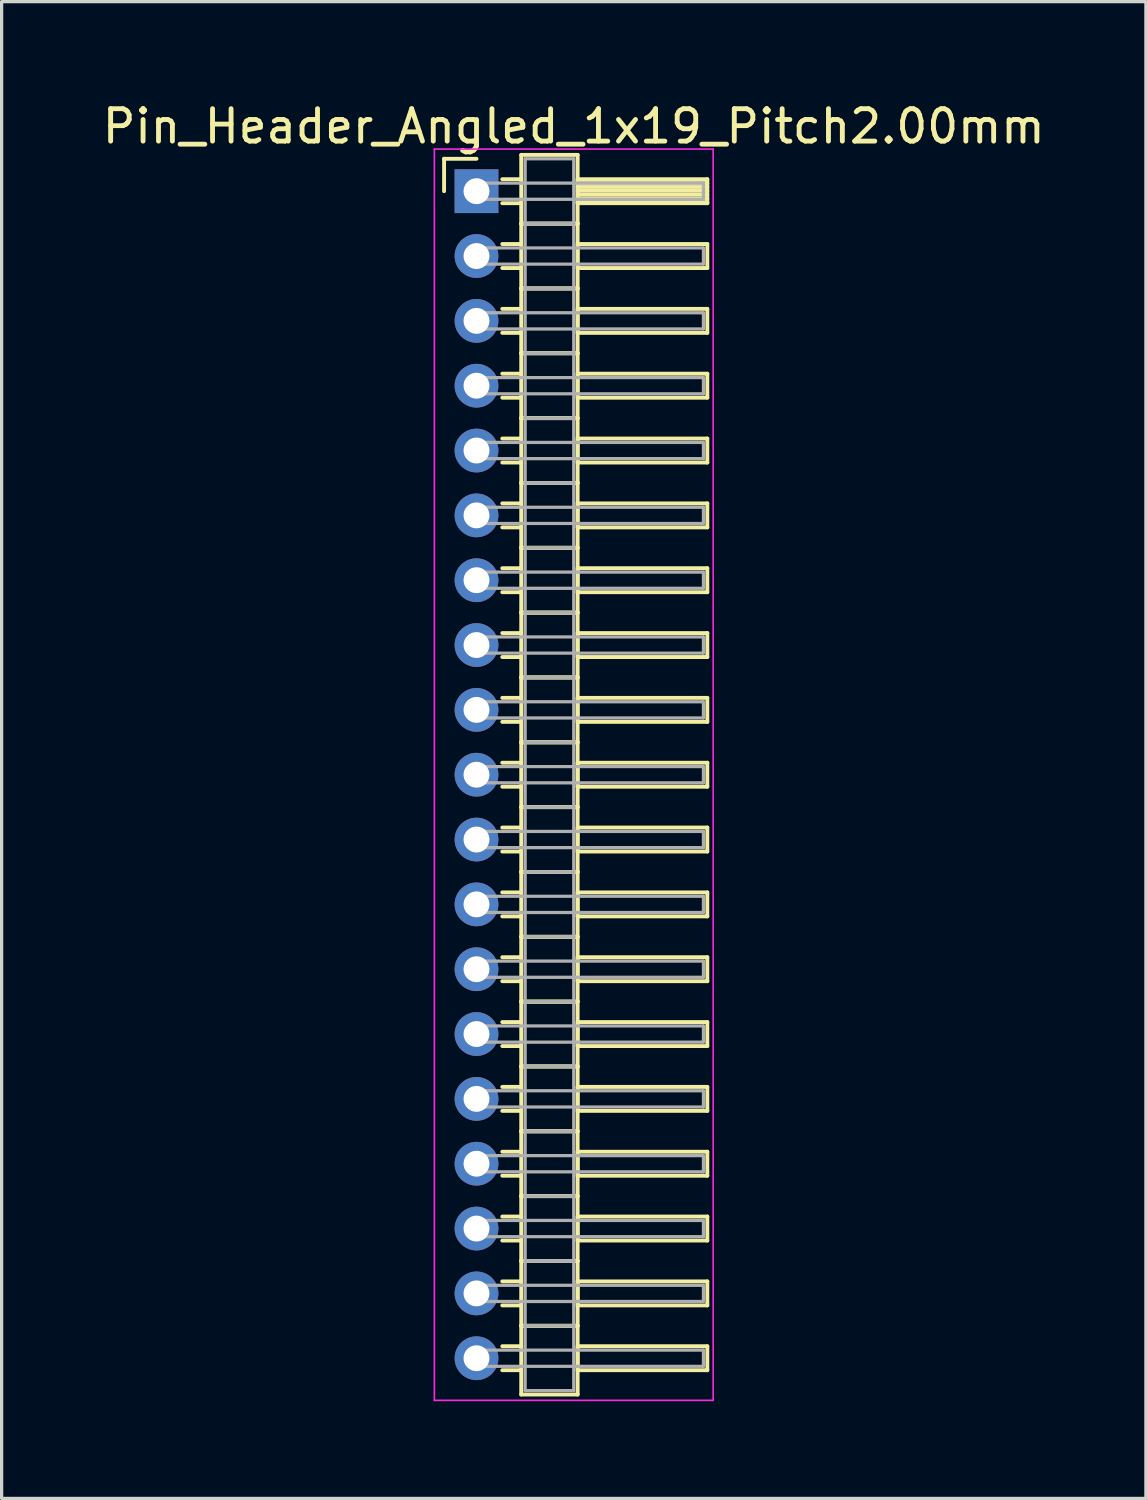
<source format=kicad_pcb>
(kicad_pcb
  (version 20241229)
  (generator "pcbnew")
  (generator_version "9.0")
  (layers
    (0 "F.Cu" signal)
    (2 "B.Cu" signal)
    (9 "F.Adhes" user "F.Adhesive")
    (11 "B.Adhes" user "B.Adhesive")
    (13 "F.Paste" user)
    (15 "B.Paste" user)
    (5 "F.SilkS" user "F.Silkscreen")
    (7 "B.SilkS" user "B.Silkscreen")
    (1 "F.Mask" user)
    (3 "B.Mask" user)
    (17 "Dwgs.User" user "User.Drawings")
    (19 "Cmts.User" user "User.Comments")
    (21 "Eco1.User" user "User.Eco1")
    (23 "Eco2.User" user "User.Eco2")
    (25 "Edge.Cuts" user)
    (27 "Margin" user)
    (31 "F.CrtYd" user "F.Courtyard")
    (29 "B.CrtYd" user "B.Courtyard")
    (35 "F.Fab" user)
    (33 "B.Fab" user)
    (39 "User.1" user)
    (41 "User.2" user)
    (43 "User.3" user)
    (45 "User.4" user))
  (footprint "Pin_Header_Angled_1x19_Pitch2.00mm"
    (layer "F.Cu")
    (at 11.649 2.848)
    (property "Reference" "Pin_Header_Angled_1x19_Pitch2.00mm" (at 3 -2 0) (layer "F.SilkS") (effects (font (size 1 1) (thickness 0.15))))
    (attr through_hole)
    (fp_line (start -1 -1) (end 0 -1) (stroke (width 0.12) (type solid)) (layer "F.SilkS"))
    (fp_line (start -1 0) (end -1 -1) (stroke (width 0.12) (type solid)) (layer "F.SilkS"))
    (fp_line (start 0.795 -0.37) (end 1.38 -0.37) (stroke (width 0.12) (type solid)) (layer "F.SilkS"))
    (fp_line (start 0.795 0.37) (end 1.38 0.37) (stroke (width 0.12) (type solid)) (layer "F.SilkS"))
    (fp_line (start 0.795 1.63) (end 1.38 1.63) (stroke (width 0.12) (type solid)) (layer "F.SilkS"))
    (fp_line (start 0.795 2.37) (end 1.38 2.37) (stroke (width 0.12) (type solid)) (layer "F.SilkS"))
    (fp_line (start 0.795 3.63) (end 1.38 3.63) (stroke (width 0.12) (type solid)) (layer "F.SilkS"))
    (fp_line (start 0.795 4.37) (end 1.38 4.37) (stroke (width 0.12) (type solid)) (layer "F.SilkS"))
    (fp_line (start 0.795 5.63) (end 1.38 5.63) (stroke (width 0.12) (type solid)) (layer "F.SilkS"))
    (fp_line (start 0.795 6.37) (end 1.38 6.37) (stroke (width 0.12) (type solid)) (layer "F.SilkS"))
    (fp_line (start 0.795 7.63) (end 1.38 7.63) (stroke (width 0.12) (type solid)) (layer "F.SilkS"))
    (fp_line (start 0.795 8.37) (end 1.38 8.37) (stroke (width 0.12) (type solid)) (layer "F.SilkS"))
    (fp_line (start 0.795 9.63) (end 1.38 9.63) (stroke (width 0.12) (type solid)) (layer "F.SilkS"))
    (fp_line (start 0.795 10.37) (end 1.38 10.37) (stroke (width 0.12) (type solid)) (layer "F.SilkS"))
    (fp_line (start 0.795 11.63) (end 1.38 11.63) (stroke (width 0.12) (type solid)) (layer "F.SilkS"))
    (fp_line (start 0.795 12.37) (end 1.38 12.37) (stroke (width 0.12) (type solid)) (layer "F.SilkS"))
    (fp_line (start 0.795 13.63) (end 1.38 13.63) (stroke (width 0.12) (type solid)) (layer "F.SilkS"))
    (fp_line (start 0.795 14.37) (end 1.38 14.37) (stroke (width 0.12) (type solid)) (layer "F.SilkS"))
    (fp_line (start 0.795 15.63) (end 1.38 15.63) (stroke (width 0.12) (type solid)) (layer "F.SilkS"))
    (fp_line (start 0.795 16.37) (end 1.38 16.37) (stroke (width 0.12) (type solid)) (layer "F.SilkS"))
    (fp_line (start 0.795 17.63) (end 1.38 17.63) (stroke (width 0.12) (type solid)) (layer "F.SilkS"))
    (fp_line (start 0.795 18.37) (end 1.38 18.37) (stroke (width 0.12) (type solid)) (layer "F.SilkS"))
    (fp_line (start 0.795 19.63) (end 1.38 19.63) (stroke (width 0.12) (type solid)) (layer "F.SilkS"))
    (fp_line (start 0.795 20.37) (end 1.38 20.37) (stroke (width 0.12) (type solid)) (layer "F.SilkS"))
    (fp_line (start 0.795 21.63) (end 1.38 21.63) (stroke (width 0.12) (type solid)) (layer "F.SilkS"))
    (fp_line (start 0.795 22.37) (end 1.38 22.37) (stroke (width 0.12) (type solid)) (layer "F.SilkS"))
    (fp_line (start 0.795 23.63) (end 1.38 23.63) (stroke (width 0.12) (type solid)) (layer "F.SilkS"))
    (fp_line (start 0.795 24.37) (end 1.38 24.37) (stroke (width 0.12) (type solid)) (layer "F.SilkS"))
    (fp_line (start 0.795 25.63) (end 1.38 25.63) (stroke (width 0.12) (type solid)) (layer "F.SilkS"))
    (fp_line (start 0.795 26.37) (end 1.38 26.37) (stroke (width 0.12) (type solid)) (layer "F.SilkS"))
    (fp_line (start 0.795 27.63) (end 1.38 27.63) (stroke (width 0.12) (type solid)) (layer "F.SilkS"))
    (fp_line (start 0.795 28.37) (end 1.38 28.37) (stroke (width 0.12) (type solid)) (layer "F.SilkS"))
    (fp_line (start 0.795 29.63) (end 1.38 29.63) (stroke (width 0.12) (type solid)) (layer "F.SilkS"))
    (fp_line (start 0.795 30.37) (end 1.38 30.37) (stroke (width 0.12) (type solid)) (layer "F.SilkS"))
    (fp_line (start 0.795 31.63) (end 1.38 31.63) (stroke (width 0.12) (type solid)) (layer "F.SilkS"))
    (fp_line (start 0.795 32.37) (end 1.38 32.37) (stroke (width 0.12) (type solid)) (layer "F.SilkS"))
    (fp_line (start 0.795 33.63) (end 1.38 33.63) (stroke (width 0.12) (type solid)) (layer "F.SilkS"))
    (fp_line (start 0.795 34.37) (end 1.38 34.37) (stroke (width 0.12) (type solid)) (layer "F.SilkS"))
    (fp_line (start 0.795 35.63) (end 1.38 35.63) (stroke (width 0.12) (type solid)) (layer "F.SilkS"))
    (fp_line (start 0.795 36.37) (end 1.38 36.37) (stroke (width 0.12) (type solid)) (layer "F.SilkS"))
    (fp_line (start 1.38 -1.12) (end 1.38 1) (stroke (width 0.12) (type solid)) (layer "F.SilkS"))
    (fp_line (start 1.38 1) (end 1.38 3) (stroke (width 0.12) (type solid)) (layer "F.SilkS"))
    (fp_line (start 1.38 1) (end 3.12 1) (stroke (width 0.12) (type solid)) (layer "F.SilkS"))
    (fp_line (start 1.38 3) (end 1.38 5) (stroke (width 0.12) (type solid)) (layer "F.SilkS"))
    (fp_line (start 1.38 3) (end 3.12 3) (stroke (width 0.12) (type solid)) (layer "F.SilkS"))
    (fp_line (start 1.38 5) (end 1.38 7) (stroke (width 0.12) (type solid)) (layer "F.SilkS"))
    (fp_line (start 1.38 5) (end 3.12 5) (stroke (width 0.12) (type solid)) (layer "F.SilkS"))
    (fp_line (start 1.38 7) (end 1.38 9) (stroke (width 0.12) (type solid)) (layer "F.SilkS"))
    (fp_line (start 1.38 7) (end 3.12 7) (stroke (width 0.12) (type solid)) (layer "F.SilkS"))
    (fp_line (start 1.38 9) (end 1.38 11) (stroke (width 0.12) (type solid)) (layer "F.SilkS"))
    (fp_line (start 1.38 9) (end 3.12 9) (stroke (width 0.12) (type solid)) (layer "F.SilkS"))
    (fp_line (start 1.38 11) (end 1.38 13) (stroke (width 0.12) (type solid)) (layer "F.SilkS"))
    (fp_line (start 1.38 11) (end 3.12 11) (stroke (width 0.12) (type solid)) (layer "F.SilkS"))
    (fp_line (start 1.38 13) (end 1.38 15) (stroke (width 0.12) (type solid)) (layer "F.SilkS"))
    (fp_line (start 1.38 13) (end 3.12 13) (stroke (width 0.12) (type solid)) (layer "F.SilkS"))
    (fp_line (start 1.38 15) (end 1.38 17) (stroke (width 0.12) (type solid)) (layer "F.SilkS"))
    (fp_line (start 1.38 15) (end 3.12 15) (stroke (width 0.12) (type solid)) (layer "F.SilkS"))
    (fp_line (start 1.38 17) (end 1.38 19) (stroke (width 0.12) (type solid)) (layer "F.SilkS"))
    (fp_line (start 1.38 17) (end 3.12 17) (stroke (width 0.12) (type solid)) (layer "F.SilkS"))
    (fp_line (start 1.38 19) (end 1.38 21) (stroke (width 0.12) (type solid)) (layer "F.SilkS"))
    (fp_line (start 1.38 19) (end 3.12 19) (stroke (width 0.12) (type solid)) (layer "F.SilkS"))
    (fp_line (start 1.38 21) (end 1.38 23) (stroke (width 0.12) (type solid)) (layer "F.SilkS"))
    (fp_line (start 1.38 21) (end 3.12 21) (stroke (width 0.12) (type solid)) (layer "F.SilkS"))
    (fp_line (start 1.38 23) (end 1.38 25) (stroke (width 0.12) (type solid)) (layer "F.SilkS"))
    (fp_line (start 1.38 23) (end 3.12 23) (stroke (width 0.12) (type solid)) (layer "F.SilkS"))
    (fp_line (start 1.38 25) (end 1.38 27) (stroke (width 0.12) (type solid)) (layer "F.SilkS"))
    (fp_line (start 1.38 25) (end 3.12 25) (stroke (width 0.12) (type solid)) (layer "F.SilkS"))
    (fp_line (start 1.38 27) (end 1.38 29) (stroke (width 0.12) (type solid)) (layer "F.SilkS"))
    (fp_line (start 1.38 27) (end 3.12 27) (stroke (width 0.12) (type solid)) (layer "F.SilkS"))
    (fp_line (start 1.38 29) (end 1.38 31) (stroke (width 0.12) (type solid)) (layer "F.SilkS"))
    (fp_line (start 1.38 29) (end 3.12 29) (stroke (width 0.12) (type solid)) (layer "F.SilkS"))
    (fp_line (start 1.38 31) (end 1.38 33) (stroke (width 0.12) (type solid)) (layer "F.SilkS"))
    (fp_line (start 1.38 31) (end 3.12 31) (stroke (width 0.12) (type solid)) (layer "F.SilkS"))
    (fp_line (start 1.38 33) (end 1.38 35) (stroke (width 0.12) (type solid)) (layer "F.SilkS"))
    (fp_line (start 1.38 33) (end 3.12 33) (stroke (width 0.12) (type solid)) (layer "F.SilkS"))
    (fp_line (start 1.38 35) (end 1.38 37.12) (stroke (width 0.12) (type solid)) (layer "F.SilkS"))
    (fp_line (start 1.38 35) (end 3.12 35) (stroke (width 0.12) (type solid)) (layer "F.SilkS"))
    (fp_line (start 1.38 37.12) (end 3.12 37.12) (stroke (width 0.12) (type solid)) (layer "F.SilkS"))
    (fp_line (start 3.12 -1.12) (end 1.38 -1.12) (stroke (width 0.12) (type solid)) (layer "F.SilkS"))
    (fp_line (start 3.12 -0.37) (end 3.12 0.37) (stroke (width 0.12) (type solid)) (layer "F.SilkS"))
    (fp_line (start 3.12 -0.25) (end 7.12 -0.25) (stroke (width 0.12) (type solid)) (layer "F.SilkS"))
    (fp_line (start 3.12 -0.13) (end 7.12 -0.13) (stroke (width 0.12) (type solid)) (layer "F.SilkS"))
    (fp_line (start 3.12 -0.01) (end 7.12 -0.01) (stroke (width 0.12) (type solid)) (layer "F.SilkS"))
    (fp_line (start 3.12 0.11) (end 7.12 0.11) (stroke (width 0.12) (type solid)) (layer "F.SilkS"))
    (fp_line (start 3.12 0.23) (end 7.12 0.23) (stroke (width 0.12) (type solid)) (layer "F.SilkS"))
    (fp_line (start 3.12 0.35) (end 7.12 0.35) (stroke (width 0.12) (type solid)) (layer "F.SilkS"))
    (fp_line (start 3.12 0.37) (end 7.12 0.37) (stroke (width 0.12) (type solid)) (layer "F.SilkS"))
    (fp_line (start 3.12 1) (end 1.38 1) (stroke (width 0.12) (type solid)) (layer "F.SilkS"))
    (fp_line (start 3.12 1) (end 3.12 -1.12) (stroke (width 0.12) (type solid)) (layer "F.SilkS"))
    (fp_line (start 3.12 1.63) (end 3.12 2.37) (stroke (width 0.12) (type solid)) (layer "F.SilkS"))
    (fp_line (start 3.12 2.37) (end 7.12 2.37) (stroke (width 0.12) (type solid)) (layer "F.SilkS"))
    (fp_line (start 3.12 3) (end 1.38 3) (stroke (width 0.12) (type solid)) (layer "F.SilkS"))
    (fp_line (start 3.12 3) (end 3.12 1) (stroke (width 0.12) (type solid)) (layer "F.SilkS"))
    (fp_line (start 3.12 3.63) (end 3.12 4.37) (stroke (width 0.12) (type solid)) (layer "F.SilkS"))
    (fp_line (start 3.12 4.37) (end 7.12 4.37) (stroke (width 0.12) (type solid)) (layer "F.SilkS"))
    (fp_line (start 3.12 5) (end 1.38 5) (stroke (width 0.12) (type solid)) (layer "F.SilkS"))
    (fp_line (start 3.12 5) (end 3.12 3) (stroke (width 0.12) (type solid)) (layer "F.SilkS"))
    (fp_line (start 3.12 5.63) (end 3.12 6.37) (stroke (width 0.12) (type solid)) (layer "F.SilkS"))
    (fp_line (start 3.12 6.37) (end 7.12 6.37) (stroke (width 0.12) (type solid)) (layer "F.SilkS"))
    (fp_line (start 3.12 7) (end 1.38 7) (stroke (width 0.12) (type solid)) (layer "F.SilkS"))
    (fp_line (start 3.12 7) (end 3.12 5) (stroke (width 0.12) (type solid)) (layer "F.SilkS"))
    (fp_line (start 3.12 7.63) (end 3.12 8.37) (stroke (width 0.12) (type solid)) (layer "F.SilkS"))
    (fp_line (start 3.12 8.37) (end 7.12 8.37) (stroke (width 0.12) (type solid)) (layer "F.SilkS"))
    (fp_line (start 3.12 9) (end 1.38 9) (stroke (width 0.12) (type solid)) (layer "F.SilkS"))
    (fp_line (start 3.12 9) (end 3.12 7) (stroke (width 0.12) (type solid)) (layer "F.SilkS"))
    (fp_line (start 3.12 9.63) (end 3.12 10.37) (stroke (width 0.12) (type solid)) (layer "F.SilkS"))
    (fp_line (start 3.12 10.37) (end 7.12 10.37) (stroke (width 0.12) (type solid)) (layer "F.SilkS"))
    (fp_line (start 3.12 11) (end 1.38 11) (stroke (width 0.12) (type solid)) (layer "F.SilkS"))
    (fp_line (start 3.12 11) (end 3.12 9) (stroke (width 0.12) (type solid)) (layer "F.SilkS"))
    (fp_line (start 3.12 11.63) (end 3.12 12.37) (stroke (width 0.12) (type solid)) (layer "F.SilkS"))
    (fp_line (start 3.12 12.37) (end 7.12 12.37) (stroke (width 0.12) (type solid)) (layer "F.SilkS"))
    (fp_line (start 3.12 13) (end 1.38 13) (stroke (width 0.12) (type solid)) (layer "F.SilkS"))
    (fp_line (start 3.12 13) (end 3.12 11) (stroke (width 0.12) (type solid)) (layer "F.SilkS"))
    (fp_line (start 3.12 13.63) (end 3.12 14.37) (stroke (width 0.12) (type solid)) (layer "F.SilkS"))
    (fp_line (start 3.12 14.37) (end 7.12 14.37) (stroke (width 0.12) (type solid)) (layer "F.SilkS"))
    (fp_line (start 3.12 15) (end 1.38 15) (stroke (width 0.12) (type solid)) (layer "F.SilkS"))
    (fp_line (start 3.12 15) (end 3.12 13) (stroke (width 0.12) (type solid)) (layer "F.SilkS"))
    (fp_line (start 3.12 15.63) (end 3.12 16.37) (stroke (width 0.12) (type solid)) (layer "F.SilkS"))
    (fp_line (start 3.12 16.37) (end 7.12 16.37) (stroke (width 0.12) (type solid)) (layer "F.SilkS"))
    (fp_line (start 3.12 17) (end 1.38 17) (stroke (width 0.12) (type solid)) (layer "F.SilkS"))
    (fp_line (start 3.12 17) (end 3.12 15) (stroke (width 0.12) (type solid)) (layer "F.SilkS"))
    (fp_line (start 3.12 17.63) (end 3.12 18.37) (stroke (width 0.12) (type solid)) (layer "F.SilkS"))
    (fp_line (start 3.12 18.37) (end 7.12 18.37) (stroke (width 0.12) (type solid)) (layer "F.SilkS"))
    (fp_line (start 3.12 19) (end 1.38 19) (stroke (width 0.12) (type solid)) (layer "F.SilkS"))
    (fp_line (start 3.12 19) (end 3.12 17) (stroke (width 0.12) (type solid)) (layer "F.SilkS"))
    (fp_line (start 3.12 19.63) (end 3.12 20.37) (stroke (width 0.12) (type solid)) (layer "F.SilkS"))
    (fp_line (start 3.12 20.37) (end 7.12 20.37) (stroke (width 0.12) (type solid)) (layer "F.SilkS"))
    (fp_line (start 3.12 21) (end 1.38 21) (stroke (width 0.12) (type solid)) (layer "F.SilkS"))
    (fp_line (start 3.12 21) (end 3.12 19) (stroke (width 0.12) (type solid)) (layer "F.SilkS"))
    (fp_line (start 3.12 21.63) (end 3.12 22.37) (stroke (width 0.12) (type solid)) (layer "F.SilkS"))
    (fp_line (start 3.12 22.37) (end 7.12 22.37) (stroke (width 0.12) (type solid)) (layer "F.SilkS"))
    (fp_line (start 3.12 23) (end 1.38 23) (stroke (width 0.12) (type solid)) (layer "F.SilkS"))
    (fp_line (start 3.12 23) (end 3.12 21) (stroke (width 0.12) (type solid)) (layer "F.SilkS"))
    (fp_line (start 3.12 23.63) (end 3.12 24.37) (stroke (width 0.12) (type solid)) (layer "F.SilkS"))
    (fp_line (start 3.12 24.37) (end 7.12 24.37) (stroke (width 0.12) (type solid)) (layer "F.SilkS"))
    (fp_line (start 3.12 25) (end 1.38 25) (stroke (width 0.12) (type solid)) (layer "F.SilkS"))
    (fp_line (start 3.12 25) (end 3.12 23) (stroke (width 0.12) (type solid)) (layer "F.SilkS"))
    (fp_line (start 3.12 25.63) (end 3.12 26.37) (stroke (width 0.12) (type solid)) (layer "F.SilkS"))
    (fp_line (start 3.12 26.37) (end 7.12 26.37) (stroke (width 0.12) (type solid)) (layer "F.SilkS"))
    (fp_line (start 3.12 27) (end 1.38 27) (stroke (width 0.12) (type solid)) (layer "F.SilkS"))
    (fp_line (start 3.12 27) (end 3.12 25) (stroke (width 0.12) (type solid)) (layer "F.SilkS"))
    (fp_line (start 3.12 27.63) (end 3.12 28.37) (stroke (width 0.12) (type solid)) (layer "F.SilkS"))
    (fp_line (start 3.12 28.37) (end 7.12 28.37) (stroke (width 0.12) (type solid)) (layer "F.SilkS"))
    (fp_line (start 3.12 29) (end 1.38 29) (stroke (width 0.12) (type solid)) (layer "F.SilkS"))
    (fp_line (start 3.12 29) (end 3.12 27) (stroke (width 0.12) (type solid)) (layer "F.SilkS"))
    (fp_line (start 3.12 29.63) (end 3.12 30.37) (stroke (width 0.12) (type solid)) (layer "F.SilkS"))
    (fp_line (start 3.12 30.37) (end 7.12 30.37) (stroke (width 0.12) (type solid)) (layer "F.SilkS"))
    (fp_line (start 3.12 31) (end 1.38 31) (stroke (width 0.12) (type solid)) (layer "F.SilkS"))
    (fp_line (start 3.12 31) (end 3.12 29) (stroke (width 0.12) (type solid)) (layer "F.SilkS"))
    (fp_line (start 3.12 31.63) (end 3.12 32.37) (stroke (width 0.12) (type solid)) (layer "F.SilkS"))
    (fp_line (start 3.12 32.37) (end 7.12 32.37) (stroke (width 0.12) (type solid)) (layer "F.SilkS"))
    (fp_line (start 3.12 33) (end 1.38 33) (stroke (width 0.12) (type solid)) (layer "F.SilkS"))
    (fp_line (start 3.12 33) (end 3.12 31) (stroke (width 0.12) (type solid)) (layer "F.SilkS"))
    (fp_line (start 3.12 33.63) (end 3.12 34.37) (stroke (width 0.12) (type solid)) (layer "F.SilkS"))
    (fp_line (start 3.12 34.37) (end 7.12 34.37) (stroke (width 0.12) (type solid)) (layer "F.SilkS"))
    (fp_line (start 3.12 35) (end 1.38 35) (stroke (width 0.12) (type solid)) (layer "F.SilkS"))
    (fp_line (start 3.12 35) (end 3.12 33) (stroke (width 0.12) (type solid)) (layer "F.SilkS"))
    (fp_line (start 3.12 35.63) (end 3.12 36.37) (stroke (width 0.12) (type solid)) (layer "F.SilkS"))
    (fp_line (start 3.12 36.37) (end 7.12 36.37) (stroke (width 0.12) (type solid)) (layer "F.SilkS"))
    (fp_line (start 3.12 37.12) (end 3.12 35) (stroke (width 0.12) (type solid)) (layer "F.SilkS"))
    (fp_line (start 7.12 -0.37) (end 3.12 -0.37) (stroke (width 0.12) (type solid)) (layer "F.SilkS"))
    (fp_line (start 7.12 0.37) (end 7.12 -0.37) (stroke (width 0.12) (type solid)) (layer "F.SilkS"))
    (fp_line (start 7.12 1.63) (end 3.12 1.63) (stroke (width 0.12) (type solid)) (layer "F.SilkS"))
    (fp_line (start 7.12 2.37) (end 7.12 1.63) (stroke (width 0.12) (type solid)) (layer "F.SilkS"))
    (fp_line (start 7.12 3.63) (end 3.12 3.63) (stroke (width 0.12) (type solid)) (layer "F.SilkS"))
    (fp_line (start 7.12 4.37) (end 7.12 3.63) (stroke (width 0.12) (type solid)) (layer "F.SilkS"))
    (fp_line (start 7.12 5.63) (end 3.12 5.63) (stroke (width 0.12) (type solid)) (layer "F.SilkS"))
    (fp_line (start 7.12 6.37) (end 7.12 5.63) (stroke (width 0.12) (type solid)) (layer "F.SilkS"))
    (fp_line (start 7.12 7.63) (end 3.12 7.63) (stroke (width 0.12) (type solid)) (layer "F.SilkS"))
    (fp_line (start 7.12 8.37) (end 7.12 7.63) (stroke (width 0.12) (type solid)) (layer "F.SilkS"))
    (fp_line (start 7.12 9.63) (end 3.12 9.63) (stroke (width 0.12) (type solid)) (layer "F.SilkS"))
    (fp_line (start 7.12 10.37) (end 7.12 9.63) (stroke (width 0.12) (type solid)) (layer "F.SilkS"))
    (fp_line (start 7.12 11.63) (end 3.12 11.63) (stroke (width 0.12) (type solid)) (layer "F.SilkS"))
    (fp_line (start 7.12 12.37) (end 7.12 11.63) (stroke (width 0.12) (type solid)) (layer "F.SilkS"))
    (fp_line (start 7.12 13.63) (end 3.12 13.63) (stroke (width 0.12) (type solid)) (layer "F.SilkS"))
    (fp_line (start 7.12 14.37) (end 7.12 13.63) (stroke (width 0.12) (type solid)) (layer "F.SilkS"))
    (fp_line (start 7.12 15.63) (end 3.12 15.63) (stroke (width 0.12) (type solid)) (layer "F.SilkS"))
    (fp_line (start 7.12 16.37) (end 7.12 15.63) (stroke (width 0.12) (type solid)) (layer "F.SilkS"))
    (fp_line (start 7.12 17.63) (end 3.12 17.63) (stroke (width 0.12) (type solid)) (layer "F.SilkS"))
    (fp_line (start 7.12 18.37) (end 7.12 17.63) (stroke (width 0.12) (type solid)) (layer "F.SilkS"))
    (fp_line (start 7.12 19.63) (end 3.12 19.63) (stroke (width 0.12) (type solid)) (layer "F.SilkS"))
    (fp_line (start 7.12 20.37) (end 7.12 19.63) (stroke (width 0.12) (type solid)) (layer "F.SilkS"))
    (fp_line (start 7.12 21.63) (end 3.12 21.63) (stroke (width 0.12) (type solid)) (layer "F.SilkS"))
    (fp_line (start 7.12 22.37) (end 7.12 21.63) (stroke (width 0.12) (type solid)) (layer "F.SilkS"))
    (fp_line (start 7.12 23.63) (end 3.12 23.63) (stroke (width 0.12) (type solid)) (layer "F.SilkS"))
    (fp_line (start 7.12 24.37) (end 7.12 23.63) (stroke (width 0.12) (type solid)) (layer "F.SilkS"))
    (fp_line (start 7.12 25.63) (end 3.12 25.63) (stroke (width 0.12) (type solid)) (layer "F.SilkS"))
    (fp_line (start 7.12 26.37) (end 7.12 25.63) (stroke (width 0.12) (type solid)) (layer "F.SilkS"))
    (fp_line (start 7.12 27.63) (end 3.12 27.63) (stroke (width 0.12) (type solid)) (layer "F.SilkS"))
    (fp_line (start 7.12 28.37) (end 7.12 27.63) (stroke (width 0.12) (type solid)) (layer "F.SilkS"))
    (fp_line (start 7.12 29.63) (end 3.12 29.63) (stroke (width 0.12) (type solid)) (layer "F.SilkS"))
    (fp_line (start 7.12 30.37) (end 7.12 29.63) (stroke (width 0.12) (type solid)) (layer "F.SilkS"))
    (fp_line (start 7.12 31.63) (end 3.12 31.63) (stroke (width 0.12) (type solid)) (layer "F.SilkS"))
    (fp_line (start 7.12 32.37) (end 7.12 31.63) (stroke (width 0.12) (type solid)) (layer "F.SilkS"))
    (fp_line (start 7.12 33.63) (end 3.12 33.63) (stroke (width 0.12) (type solid)) (layer "F.SilkS"))
    (fp_line (start 7.12 34.37) (end 7.12 33.63) (stroke (width 0.12) (type solid)) (layer "F.SilkS"))
    (fp_line (start 7.12 35.63) (end 3.12 35.63) (stroke (width 0.12) (type solid)) (layer "F.SilkS"))
    (fp_line (start 7.12 36.37) (end 7.12 35.63) (stroke (width 0.12) (type solid)) (layer "F.SilkS"))
    (fp_line (start -1.3 -1.3) (end -1.3 37.3) (stroke (width 0.05) (type solid)) (layer "F.CrtYd"))
    (fp_line (start -1.3 37.3) (end 7.3 37.3) (stroke (width 0.05) (type solid)) (layer "F.CrtYd"))
    (fp_line (start 7.3 -1.3) (end -1.3 -1.3) (stroke (width 0.05) (type solid)) (layer "F.CrtYd"))
    (fp_line (start 7.3 37.3) (end 7.3 -1.3) (stroke (width 0.05) (type solid)) (layer "F.CrtYd"))
    (fp_line (start 0 -0.25) (end 0 0.25) (stroke (width 0.1) (type solid)) (layer "F.Fab"))
    (fp_line (start 0 0.25) (end 7 0.25) (stroke (width 0.1) (type solid)) (layer "F.Fab"))
    (fp_line (start 0 1.75) (end 0 2.25) (stroke (width 0.1) (type solid)) (layer "F.Fab"))
    (fp_line (start 0 2.25) (end 7 2.25) (stroke (width 0.1) (type solid)) (layer "F.Fab"))
    (fp_line (start 0 3.75) (end 0 4.25) (stroke (width 0.1) (type solid)) (layer "F.Fab"))
    (fp_line (start 0 4.25) (end 7 4.25) (stroke (width 0.1) (type solid)) (layer "F.Fab"))
    (fp_line (start 0 5.75) (end 0 6.25) (stroke (width 0.1) (type solid)) (layer "F.Fab"))
    (fp_line (start 0 6.25) (end 7 6.25) (stroke (width 0.1) (type solid)) (layer "F.Fab"))
    (fp_line (start 0 7.75) (end 0 8.25) (stroke (width 0.1) (type solid)) (layer "F.Fab"))
    (fp_line (start 0 8.25) (end 7 8.25) (stroke (width 0.1) (type solid)) (layer "F.Fab"))
    (fp_line (start 0 9.75) (end 0 10.25) (stroke (width 0.1) (type solid)) (layer "F.Fab"))
    (fp_line (start 0 10.25) (end 7 10.25) (stroke (width 0.1) (type solid)) (layer "F.Fab"))
    (fp_line (start 0 11.75) (end 0 12.25) (stroke (width 0.1) (type solid)) (layer "F.Fab"))
    (fp_line (start 0 12.25) (end 7 12.25) (stroke (width 0.1) (type solid)) (layer "F.Fab"))
    (fp_line (start 0 13.75) (end 0 14.25) (stroke (width 0.1) (type solid)) (layer "F.Fab"))
    (fp_line (start 0 14.25) (end 7 14.25) (stroke (width 0.1) (type solid)) (layer "F.Fab"))
    (fp_line (start 0 15.75) (end 0 16.25) (stroke (width 0.1) (type solid)) (layer "F.Fab"))
    (fp_line (start 0 16.25) (end 7 16.25) (stroke (width 0.1) (type solid)) (layer "F.Fab"))
    (fp_line (start 0 17.75) (end 0 18.25) (stroke (width 0.1) (type solid)) (layer "F.Fab"))
    (fp_line (start 0 18.25) (end 7 18.25) (stroke (width 0.1) (type solid)) (layer "F.Fab"))
    (fp_line (start 0 19.75) (end 0 20.25) (stroke (width 0.1) (type solid)) (layer "F.Fab"))
    (fp_line (start 0 20.25) (end 7 20.25) (stroke (width 0.1) (type solid)) (layer "F.Fab"))
    (fp_line (start 0 21.75) (end 0 22.25) (stroke (width 0.1) (type solid)) (layer "F.Fab"))
    (fp_line (start 0 22.25) (end 7 22.25) (stroke (width 0.1) (type solid)) (layer "F.Fab"))
    (fp_line (start 0 23.75) (end 0 24.25) (stroke (width 0.1) (type solid)) (layer "F.Fab"))
    (fp_line (start 0 24.25) (end 7 24.25) (stroke (width 0.1) (type solid)) (layer "F.Fab"))
    (fp_line (start 0 25.75) (end 0 26.25) (stroke (width 0.1) (type solid)) (layer "F.Fab"))
    (fp_line (start 0 26.25) (end 7 26.25) (stroke (width 0.1) (type solid)) (layer "F.Fab"))
    (fp_line (start 0 27.75) (end 0 28.25) (stroke (width 0.1) (type solid)) (layer "F.Fab"))
    (fp_line (start 0 28.25) (end 7 28.25) (stroke (width 0.1) (type solid)) (layer "F.Fab"))
    (fp_line (start 0 29.75) (end 0 30.25) (stroke (width 0.1) (type solid)) (layer "F.Fab"))
    (fp_line (start 0 30.25) (end 7 30.25) (stroke (width 0.1) (type solid)) (layer "F.Fab"))
    (fp_line (start 0 31.75) (end 0 32.25) (stroke (width 0.1) (type solid)) (layer "F.Fab"))
    (fp_line (start 0 32.25) (end 7 32.25) (stroke (width 0.1) (type solid)) (layer "F.Fab"))
    (fp_line (start 0 33.75) (end 0 34.25) (stroke (width 0.1) (type solid)) (layer "F.Fab"))
    (fp_line (start 0 34.25) (end 7 34.25) (stroke (width 0.1) (type solid)) (layer "F.Fab"))
    (fp_line (start 0 35.75) (end 0 36.25) (stroke (width 0.1) (type solid)) (layer "F.Fab"))
    (fp_line (start 0 36.25) (end 7 36.25) (stroke (width 0.1) (type solid)) (layer "F.Fab"))
    (fp_line (start 1.5 -1) (end 1.5 1) (stroke (width 0.1) (type solid)) (layer "F.Fab"))
    (fp_line (start 1.5 1) (end 1.5 3) (stroke (width 0.1) (type solid)) (layer "F.Fab"))
    (fp_line (start 1.5 1) (end 3 1) (stroke (width 0.1) (type solid)) (layer "F.Fab"))
    (fp_line (start 1.5 3) (end 1.5 5) (stroke (width 0.1) (type solid)) (layer "F.Fab"))
    (fp_line (start 1.5 3) (end 3 3) (stroke (width 0.1) (type solid)) (layer "F.Fab"))
    (fp_line (start 1.5 5) (end 1.5 7) (stroke (width 0.1) (type solid)) (layer "F.Fab"))
    (fp_line (start 1.5 5) (end 3 5) (stroke (width 0.1) (type solid)) (layer "F.Fab"))
    (fp_line (start 1.5 7) (end 1.5 9) (stroke (width 0.1) (type solid)) (layer "F.Fab"))
    (fp_line (start 1.5 7) (end 3 7) (stroke (width 0.1) (type solid)) (layer "F.Fab"))
    (fp_line (start 1.5 9) (end 1.5 11) (stroke (width 0.1) (type solid)) (layer "F.Fab"))
    (fp_line (start 1.5 9) (end 3 9) (stroke (width 0.1) (type solid)) (layer "F.Fab"))
    (fp_line (start 1.5 11) (end 1.5 13) (stroke (width 0.1) (type solid)) (layer "F.Fab"))
    (fp_line (start 1.5 11) (end 3 11) (stroke (width 0.1) (type solid)) (layer "F.Fab"))
    (fp_line (start 1.5 13) (end 1.5 15) (stroke (width 0.1) (type solid)) (layer "F.Fab"))
    (fp_line (start 1.5 13) (end 3 13) (stroke (width 0.1) (type solid)) (layer "F.Fab"))
    (fp_line (start 1.5 15) (end 1.5 17) (stroke (width 0.1) (type solid)) (layer "F.Fab"))
    (fp_line (start 1.5 15) (end 3 15) (stroke (width 0.1) (type solid)) (layer "F.Fab"))
    (fp_line (start 1.5 17) (end 1.5 19) (stroke (width 0.1) (type solid)) (layer "F.Fab"))
    (fp_line (start 1.5 17) (end 3 17) (stroke (width 0.1) (type solid)) (layer "F.Fab"))
    (fp_line (start 1.5 19) (end 1.5 21) (stroke (width 0.1) (type solid)) (layer "F.Fab"))
    (fp_line (start 1.5 19) (end 3 19) (stroke (width 0.1) (type solid)) (layer "F.Fab"))
    (fp_line (start 1.5 21) (end 1.5 23) (stroke (width 0.1) (type solid)) (layer "F.Fab"))
    (fp_line (start 1.5 21) (end 3 21) (stroke (width 0.1) (type solid)) (layer "F.Fab"))
    (fp_line (start 1.5 23) (end 1.5 25) (stroke (width 0.1) (type solid)) (layer "F.Fab"))
    (fp_line (start 1.5 23) (end 3 23) (stroke (width 0.1) (type solid)) (layer "F.Fab"))
    (fp_line (start 1.5 25) (end 1.5 27) (stroke (width 0.1) (type solid)) (layer "F.Fab"))
    (fp_line (start 1.5 25) (end 3 25) (stroke (width 0.1) (type solid)) (layer "F.Fab"))
    (fp_line (start 1.5 27) (end 1.5 29) (stroke (width 0.1) (type solid)) (layer "F.Fab"))
    (fp_line (start 1.5 27) (end 3 27) (stroke (width 0.1) (type solid)) (layer "F.Fab"))
    (fp_line (start 1.5 29) (end 1.5 31) (stroke (width 0.1) (type solid)) (layer "F.Fab"))
    (fp_line (start 1.5 29) (end 3 29) (stroke (width 0.1) (type solid)) (layer "F.Fab"))
    (fp_line (start 1.5 31) (end 1.5 33) (stroke (width 0.1) (type solid)) (layer "F.Fab"))
    (fp_line (start 1.5 31) (end 3 31) (stroke (width 0.1) (type solid)) (layer "F.Fab"))
    (fp_line (start 1.5 33) (end 1.5 35) (stroke (width 0.1) (type solid)) (layer "F.Fab"))
    (fp_line (start 1.5 33) (end 3 33) (stroke (width 0.1) (type solid)) (layer "F.Fab"))
    (fp_line (start 1.5 35) (end 1.5 37) (stroke (width 0.1) (type solid)) (layer "F.Fab"))
    (fp_line (start 1.5 35) (end 3 35) (stroke (width 0.1) (type solid)) (layer "F.Fab"))
    (fp_line (start 1.5 37) (end 3 37) (stroke (width 0.1) (type solid)) (layer "F.Fab"))
    (fp_line (start 3 -1) (end 1.5 -1) (stroke (width 0.1) (type solid)) (layer "F.Fab"))
    (fp_line (start 3 1) (end 1.5 1) (stroke (width 0.1) (type solid)) (layer "F.Fab"))
    (fp_line (start 3 1) (end 3 -1) (stroke (width 0.1) (type solid)) (layer "F.Fab"))
    (fp_line (start 3 3) (end 1.5 3) (stroke (width 0.1) (type solid)) (layer "F.Fab"))
    (fp_line (start 3 3) (end 3 1) (stroke (width 0.1) (type solid)) (layer "F.Fab"))
    (fp_line (start 3 5) (end 1.5 5) (stroke (width 0.1) (type solid)) (layer "F.Fab"))
    (fp_line (start 3 5) (end 3 3) (stroke (width 0.1) (type solid)) (layer "F.Fab"))
    (fp_line (start 3 7) (end 1.5 7) (stroke (width 0.1) (type solid)) (layer "F.Fab"))
    (fp_line (start 3 7) (end 3 5) (stroke (width 0.1) (type solid)) (layer "F.Fab"))
    (fp_line (start 3 9) (end 1.5 9) (stroke (width 0.1) (type solid)) (layer "F.Fab"))
    (fp_line (start 3 9) (end 3 7) (stroke (width 0.1) (type solid)) (layer "F.Fab"))
    (fp_line (start 3 11) (end 1.5 11) (stroke (width 0.1) (type solid)) (layer "F.Fab"))
    (fp_line (start 3 11) (end 3 9) (stroke (width 0.1) (type solid)) (layer "F.Fab"))
    (fp_line (start 3 13) (end 1.5 13) (stroke (width 0.1) (type solid)) (layer "F.Fab"))
    (fp_line (start 3 13) (end 3 11) (stroke (width 0.1) (type solid)) (layer "F.Fab"))
    (fp_line (start 3 15) (end 1.5 15) (stroke (width 0.1) (type solid)) (layer "F.Fab"))
    (fp_line (start 3 15) (end 3 13) (stroke (width 0.1) (type solid)) (layer "F.Fab"))
    (fp_line (start 3 17) (end 1.5 17) (stroke (width 0.1) (type solid)) (layer "F.Fab"))
    (fp_line (start 3 17) (end 3 15) (stroke (width 0.1) (type solid)) (layer "F.Fab"))
    (fp_line (start 3 19) (end 1.5 19) (stroke (width 0.1) (type solid)) (layer "F.Fab"))
    (fp_line (start 3 19) (end 3 17) (stroke (width 0.1) (type solid)) (layer "F.Fab"))
    (fp_line (start 3 21) (end 1.5 21) (stroke (width 0.1) (type solid)) (layer "F.Fab"))
    (fp_line (start 3 21) (end 3 19) (stroke (width 0.1) (type solid)) (layer "F.Fab"))
    (fp_line (start 3 23) (end 1.5 23) (stroke (width 0.1) (type solid)) (layer "F.Fab"))
    (fp_line (start 3 23) (end 3 21) (stroke (width 0.1) (type solid)) (layer "F.Fab"))
    (fp_line (start 3 25) (end 1.5 25) (stroke (width 0.1) (type solid)) (layer "F.Fab"))
    (fp_line (start 3 25) (end 3 23) (stroke (width 0.1) (type solid)) (layer "F.Fab"))
    (fp_line (start 3 27) (end 1.5 27) (stroke (width 0.1) (type solid)) (layer "F.Fab"))
    (fp_line (start 3 27) (end 3 25) (stroke (width 0.1) (type solid)) (layer "F.Fab"))
    (fp_line (start 3 29) (end 1.5 29) (stroke (width 0.1) (type solid)) (layer "F.Fab"))
    (fp_line (start 3 29) (end 3 27) (stroke (width 0.1) (type solid)) (layer "F.Fab"))
    (fp_line (start 3 31) (end 1.5 31) (stroke (width 0.1) (type solid)) (layer "F.Fab"))
    (fp_line (start 3 31) (end 3 29) (stroke (width 0.1) (type solid)) (layer "F.Fab"))
    (fp_line (start 3 33) (end 1.5 33) (stroke (width 0.1) (type solid)) (layer "F.Fab"))
    (fp_line (start 3 33) (end 3 31) (stroke (width 0.1) (type solid)) (layer "F.Fab"))
    (fp_line (start 3 35) (end 1.5 35) (stroke (width 0.1) (type solid)) (layer "F.Fab"))
    (fp_line (start 3 35) (end 3 33) (stroke (width 0.1) (type solid)) (layer "F.Fab"))
    (fp_line (start 3 37) (end 3 35) (stroke (width 0.1) (type solid)) (layer "F.Fab"))
    (fp_line (start 7 -0.25) (end 0 -0.25) (stroke (width 0.1) (type solid)) (layer "F.Fab"))
    (fp_line (start 7 0.25) (end 7 -0.25) (stroke (width 0.1) (type solid)) (layer "F.Fab"))
    (fp_line (start 7 1.75) (end 0 1.75) (stroke (width 0.1) (type solid)) (layer "F.Fab"))
    (fp_line (start 7 2.25) (end 7 1.75) (stroke (width 0.1) (type solid)) (layer "F.Fab"))
    (fp_line (start 7 3.75) (end 0 3.75) (stroke (width 0.1) (type solid)) (layer "F.Fab"))
    (fp_line (start 7 4.25) (end 7 3.75) (stroke (width 0.1) (type solid)) (layer "F.Fab"))
    (fp_line (start 7 5.75) (end 0 5.75) (stroke (width 0.1) (type solid)) (layer "F.Fab"))
    (fp_line (start 7 6.25) (end 7 5.75) (stroke (width 0.1) (type solid)) (layer "F.Fab"))
    (fp_line (start 7 7.75) (end 0 7.75) (stroke (width 0.1) (type solid)) (layer "F.Fab"))
    (fp_line (start 7 8.25) (end 7 7.75) (stroke (width 0.1) (type solid)) (layer "F.Fab"))
    (fp_line (start 7 9.75) (end 0 9.75) (stroke (width 0.1) (type solid)) (layer "F.Fab"))
    (fp_line (start 7 10.25) (end 7 9.75) (stroke (width 0.1) (type solid)) (layer "F.Fab"))
    (fp_line (start 7 11.75) (end 0 11.75) (stroke (width 0.1) (type solid)) (layer "F.Fab"))
    (fp_line (start 7 12.25) (end 7 11.75) (stroke (width 0.1) (type solid)) (layer "F.Fab"))
    (fp_line (start 7 13.75) (end 0 13.75) (stroke (width 0.1) (type solid)) (layer "F.Fab"))
    (fp_line (start 7 14.25) (end 7 13.75) (stroke (width 0.1) (type solid)) (layer "F.Fab"))
    (fp_line (start 7 15.75) (end 0 15.75) (stroke (width 0.1) (type solid)) (layer "F.Fab"))
    (fp_line (start 7 16.25) (end 7 15.75) (stroke (width 0.1) (type solid)) (layer "F.Fab"))
    (fp_line (start 7 17.75) (end 0 17.75) (stroke (width 0.1) (type solid)) (layer "F.Fab"))
    (fp_line (start 7 18.25) (end 7 17.75) (stroke (width 0.1) (type solid)) (layer "F.Fab"))
    (fp_line (start 7 19.75) (end 0 19.75) (stroke (width 0.1) (type solid)) (layer "F.Fab"))
    (fp_line (start 7 20.25) (end 7 19.75) (stroke (width 0.1) (type solid)) (layer "F.Fab"))
    (fp_line (start 7 21.75) (end 0 21.75) (stroke (width 0.1) (type solid)) (layer "F.Fab"))
    (fp_line (start 7 22.25) (end 7 21.75) (stroke (width 0.1) (type solid)) (layer "F.Fab"))
    (fp_line (start 7 23.75) (end 0 23.75) (stroke (width 0.1) (type solid)) (layer "F.Fab"))
    (fp_line (start 7 24.25) (end 7 23.75) (stroke (width 0.1) (type solid)) (layer "F.Fab"))
    (fp_line (start 7 25.75) (end 0 25.75) (stroke (width 0.1) (type solid)) (layer "F.Fab"))
    (fp_line (start 7 26.25) (end 7 25.75) (stroke (width 0.1) (type solid)) (layer "F.Fab"))
    (fp_line (start 7 27.75) (end 0 27.75) (stroke (width 0.1) (type solid)) (layer "F.Fab"))
    (fp_line (start 7 28.25) (end 7 27.75) (stroke (width 0.1) (type solid)) (layer "F.Fab"))
    (fp_line (start 7 29.75) (end 0 29.75) (stroke (width 0.1) (type solid)) (layer "F.Fab"))
    (fp_line (start 7 30.25) (end 7 29.75) (stroke (width 0.1) (type solid)) (layer "F.Fab"))
    (fp_line (start 7 31.75) (end 0 31.75) (stroke (width 0.1) (type solid)) (layer "F.Fab"))
    (fp_line (start 7 32.25) (end 7 31.75) (stroke (width 0.1) (type solid)) (layer "F.Fab"))
    (fp_line (start 7 33.75) (end 0 33.75) (stroke (width 0.1) (type solid)) (layer "F.Fab"))
    (fp_line (start 7 34.25) (end 7 33.75) (stroke (width 0.1) (type solid)) (layer "F.Fab"))
    (fp_line (start 7 35.75) (end 0 35.75) (stroke (width 0.1) (type solid)) (layer "F.Fab"))
    (fp_line (start 7 36.25) (end 7 35.75) (stroke (width 0.1) (type solid)) (layer "F.Fab"))
    (pad "1" thru_hole rect (at 0 0) (size 1.35 1.35) (drill 0.8) (layers "*.Cu" "*.Mask"))
    (pad "2" thru_hole oval (at 0 2) (size 1.35 1.35) (drill 0.8) (layers "*.Cu" "*.Mask"))
    (pad "3" thru_hole oval (at 0 4) (size 1.35 1.35) (drill 0.8) (layers "*.Cu" "*.Mask"))
    (pad "4" thru_hole oval (at 0 6) (size 1.35 1.35) (drill 0.8) (layers "*.Cu" "*.Mask"))
    (pad "5" thru_hole oval (at 0 8) (size 1.35 1.35) (drill 0.8) (layers "*.Cu" "*.Mask"))
    (pad "6" thru_hole oval (at 0 10) (size 1.35 1.35) (drill 0.8) (layers "*.Cu" "*.Mask"))
    (pad "7" thru_hole oval (at 0 12) (size 1.35 1.35) (drill 0.8) (layers "*.Cu" "*.Mask"))
    (pad "8" thru_hole oval (at 0 14) (size 1.35 1.35) (drill 0.8) (layers "*.Cu" "*.Mask"))
    (pad "9" thru_hole oval (at 0 16) (size 1.35 1.35) (drill 0.8) (layers "*.Cu" "*.Mask"))
    (pad "10" thru_hole oval (at 0 18) (size 1.35 1.35) (drill 0.8) (layers "*.Cu" "*.Mask"))
    (pad "11" thru_hole oval (at 0 20) (size 1.35 1.35) (drill 0.8) (layers "*.Cu" "*.Mask"))
    (pad "12" thru_hole oval (at 0 22) (size 1.35 1.35) (drill 0.8) (layers "*.Cu" "*.Mask"))
    (pad "13" thru_hole oval (at 0 24) (size 1.35 1.35) (drill 0.8) (layers "*.Cu" "*.Mask"))
    (pad "14" thru_hole oval (at 0 26) (size 1.35 1.35) (drill 0.8) (layers "*.Cu" "*.Mask"))
    (pad "15" thru_hole oval (at 0 28) (size 1.35 1.35) (drill 0.8) (layers "*.Cu" "*.Mask"))
    (pad "16" thru_hole oval (at 0 30) (size 1.35 1.35) (drill 0.8) (layers "*.Cu" "*.Mask"))
    (pad "17" thru_hole oval (at 0 32) (size 1.35 1.35) (drill 0.8) (layers "*.Cu" "*.Mask"))
    (pad "18" thru_hole oval (at 0 34) (size 1.35 1.35) (drill 0.8) (layers "*.Cu" "*.Mask"))
    (pad "19" thru_hole oval (at 0 36) (size 1.35 1.35) (drill 0.8) (layers "*.Cu" "*.Mask")))
  (gr_rect
    (start -3 -3)
    (end 32.298 43.173)
    (stroke (width 0.1) (type default))
    (fill no)
    (layer "Edge.Cuts")))
</source>
